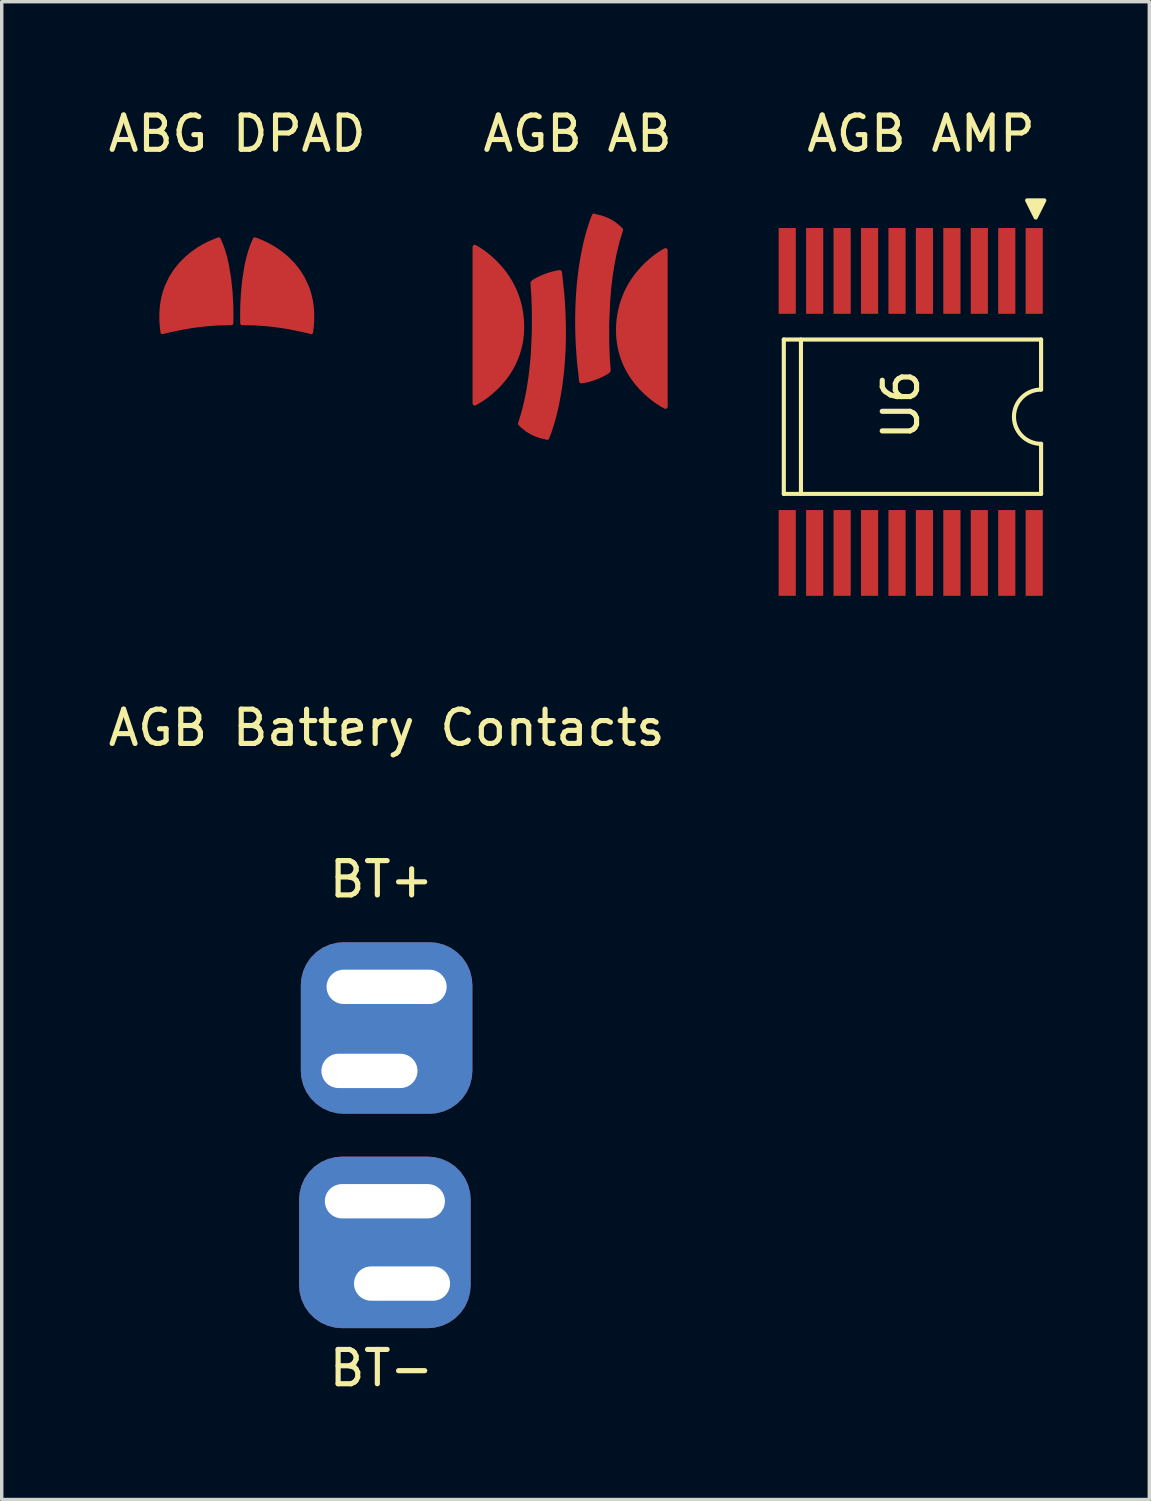
<source format=kicad_pcb>
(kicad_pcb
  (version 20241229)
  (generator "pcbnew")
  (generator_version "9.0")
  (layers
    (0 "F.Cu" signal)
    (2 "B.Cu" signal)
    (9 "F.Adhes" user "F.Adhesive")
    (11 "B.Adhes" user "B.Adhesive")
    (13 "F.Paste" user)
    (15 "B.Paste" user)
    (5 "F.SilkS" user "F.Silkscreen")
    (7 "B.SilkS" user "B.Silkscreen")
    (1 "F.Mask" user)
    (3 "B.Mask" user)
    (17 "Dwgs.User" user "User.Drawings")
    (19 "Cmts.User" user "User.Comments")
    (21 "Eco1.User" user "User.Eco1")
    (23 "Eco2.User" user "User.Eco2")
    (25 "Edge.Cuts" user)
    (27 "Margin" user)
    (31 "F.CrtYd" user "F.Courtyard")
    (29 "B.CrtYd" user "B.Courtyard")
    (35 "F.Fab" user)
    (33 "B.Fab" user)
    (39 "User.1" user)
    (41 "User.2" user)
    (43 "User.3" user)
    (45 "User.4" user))
  (footprint "AGB Battery Contacts"
    (layer "F.Cu")
    (at 8.22 23.668)
    (property "Reference" "AGB Battery Contacts" (at 0 -5.5 0) (unlocked yes) (layer "F.SilkS") (effects (font (size 1 1) (thickness 0.15))))
    (attr smd)
    (fp_text user "BT+" (at -1.75 -0.5 0) (unlocked yes) (layer "F.SilkS") (effects (font (size 1 1) (thickness 0.15)) (justify left bottom)))
    (fp_text user "BT-" (at -1.75 13.75 0) (unlocked yes) (layer "F.SilkS") (effects (font (size 1 1) (thickness 0.15)) (justify left bottom)))
    (pad "1" thru_hole oval (at -0.5 4.5 90) (size 1.5 3.2) (drill oval 1 2.8) (layers "*.Cu" "*.Mask"))
    (pad "1" thru_hole roundrect (at 0 2.05 90) (size 5 5) (drill oval 1 3.5 (offset -1.2 0)) (layers "*.Cu" "*.Mask") (roundrect_rratio 0.25))
    (pad "2" thru_hole roundrect (at -0.05 8.3 90) (size 5 5) (drill oval 1 3.5 (offset -1.2 0)) (layers "*.Cu" "*.Mask") (roundrect_rratio 0.25))
    (pad "2" thru_hole oval (at 0.45 10.7 90) (size 1.5 3.2) (drill oval 1 2.8) (layers "*.Cu" "*.Mask")))
  (footprint "AGB AB"
    (layer "F.Cu")
    (at 13.786 1.348)
    (property "Reference" "AGB AB" (at 0 -0.5 0) (unlocked yes) (layer "F.SilkS") (effects (font (size 1 1) (thickness 0.15))))
    (attr smd)
    (pad "1" smd custom (at -0.918 6) (size 0.5 0.5) (layers "F.Cu" "F.Mask" "F.Paste") (options (anchor circle)) (primitives (gr_poly (pts (xy -0.25 -0.125) (xy -0.24 -0.173) (xy -0.213 -0.213) (xy -0.173 -0.24) (xy -0.125 -0.25) (xy 0.125 -0.25) (xy 0.173 -0.24) (xy 0.213 -0.213) (xy 0.24 -0.173) (xy 0.25 -0.125) (xy 0.25 0.125) (xy 0.24 0.173) (xy 0.213 0.213) (xy 0.173 0.24) (xy 0.125 0.25) (xy -0.125 0.25) (xy -0.173 0.24) (xy -0.213 0.213) (xy -0.24 0.173) (xy -0.25 0.125)) (width 0) (fill yes)) (gr_poly (pts (xy -0.405 -2.161) (xy -0.351 -1.159) (xy -0.361 -0.501) (xy -0.439 0.499) (xy -0.769 1.954) (xy -0.444 2.234) (xy 0.03 2.369) (xy 0.312 1.419) (xy 0.496 0.05) (xy 0.519 -0.851) (xy 0.404 -2.465) (xy -0.025 -2.353)) (width 0.01) (fill yes)) (gr_curve (pts (xy -0.769 1.954) (xy -0.769 1.954) (xy -0.506 2.288) (xy 0.03 2.369)) (width 0.1)) (gr_curve (pts (xy -0.405 -2.161) (xy -0.405 -2.161) (xy -0.173 0.225) (xy -0.769 1.954)) (width 0.1)) (gr_poly (pts (xy 0.03 2.369) (xy 0.079 2.246) (xy 0.121 2.129) (xy 0.171 1.973) (xy 0.226 1.78) (xy 0.255 1.669) (xy 0.284 1.548) (xy 0.312 1.419) (xy 0.341 1.28) (xy 0.368 1.131) (xy 0.395 0.974) (xy 0.42 0.807) (xy 0.442 0.631) (xy 0.463 0.447) (xy 0.481 0.253) (xy 0.496 0.05) (xy 0.508 -0.162) (xy 0.516 -0.383) (xy 0.52 -0.612) (xy 0.519 -0.851) (xy 0.514 -1.098) (xy 0.504 -1.354) (xy 0.488 -1.619) (xy 0.466 -1.892) (xy 0.404 -2.465) (xy 0.466 -1.892) (xy 0.488 -1.619) (xy 0.504 -1.354) (xy 0.514 -1.098) (xy 0.519 -0.851) (xy 0.52 -0.612) (xy 0.516 -0.383) (xy 0.508 -0.162) (xy 0.496 0.05) (xy 0.481 0.253) (xy 0.463 0.447) (xy 0.442 0.631) (xy 0.42 0.807) (xy 0.395 0.974) (xy 0.368 1.131) (xy 0.341 1.28) (xy 0.312 1.419) (xy 0.284 1.548) (xy 0.255 1.669) (xy 0.226 1.78) (xy 0.171 1.973) (xy 0.121 2.129) (xy 0.079 2.246)) (width 0.12) (fill no)) (gr_poly (pts (xy 0.404 -2.465) (xy 0.304 -2.449) (xy 0.189 -2.423) (xy 0.074 -2.388) (xy -0.025 -2.353) (xy -0.132 -2.308) (xy -0.246 -2.253) (xy -0.365 -2.186) (xy -0.246 -2.253) (xy -0.132 -2.308) (xy -0.025 -2.353) (xy 0.074 -2.388) (xy 0.189 -2.423) (xy 0.304 -2.449)) (width 0.12) (fill no))))
    (pad "1" smd custom (at 2 5.796) (size 1 1) (layers "F.Cu" "F.Mask" "F.Paste") (options (anchor circle)) (primitives (gr_poly (pts (xy -0.5 -0.25) (xy -0.481 -0.346) (xy -0.427 -0.427) (xy -0.346 -0.481) (xy -0.25 -0.5) (xy 0.25 -0.5) (xy 0.346 -0.481) (xy 0.427 -0.427) (xy 0.481 -0.346) (xy 0.5 -0.25) (xy 0.5 0.25) (xy 0.481 0.346) (xy 0.427 0.427) (xy 0.346 0.481) (xy 0.25 0.5) (xy -0.25 0.5) (xy -0.346 0.481) (xy -0.427 0.427) (xy -0.481 0.346) (xy -0.5 0.25)) (width 0) (fill yes)) (gr_poly (pts (xy 0.567 1.666) (xy 0.567 -2.904) (xy 0.533 -2.886) (xy 0.442 -2.831) (xy 0.355 -2.773) (xy 0.252 -2.698) (xy 0.137 -2.605) (xy 0.013 -2.494) (xy -0.114 -2.364) (xy -0.242 -2.216) (xy -0.305 -2.135) (xy -0.367 -2.048) (xy -0.426 -1.957) (xy -0.484 -1.861) (xy -0.538 -1.76) (xy -0.589 -1.654) (xy -0.636 -1.543) (xy -0.679 -1.427) (xy -0.717 -1.305) (xy -0.75 -1.179) (xy -0.777 -1.047) (xy -0.798 -0.909) (xy -0.812 -0.767) (xy -0.818 -0.619) (xy -0.817 -0.471) (xy -0.808 -0.328) (xy -0.791 -0.191) (xy -0.768 -0.059) (xy -0.738 0.068) (xy -0.702 0.189) (xy -0.661 0.305) (xy -0.615 0.417) (xy -0.565 0.523) (xy -0.511 0.624) (xy -0.453 0.72) (xy -0.393 0.811) (xy -0.331 0.897) (xy -0.268 0.978) (xy -0.137 1.127) (xy -0.006 1.256) (xy 0.121 1.367) (xy 0.239 1.46) (xy 0.346 1.535) (xy 0.474 1.616)) (width 0.12) (fill yes))))
    (pad "2" smd custom (at -2.406 5.226) (size 1 1) (layers "F.Cu" "F.Mask" "F.Paste") (options (anchor circle)) (primitives (gr_poly (pts (xy -0.5 -0.25) (xy -0.481 -0.346) (xy -0.427 -0.427) (xy -0.346 -0.481) (xy -0.25 -0.5) (xy 0.25 -0.5) (xy 0.346 -0.481) (xy 0.427 -0.427) (xy 0.481 -0.346) (xy 0.5 -0.25) (xy 0.5 0.25) (xy 0.481 0.346) (xy 0.427 0.427) (xy 0.346 0.481) (xy 0.25 0.5) (xy -0.25 0.5) (xy -0.346 0.481) (xy -0.427 0.427) (xy -0.481 0.346) (xy -0.5 0.25)) (width 0) (fill yes)) (gr_poly (pts (xy -0.594 2.14) (xy -0.594 -2.43) (xy -0.561 -2.412) (xy -0.469 -2.357) (xy -0.382 -2.299) (xy -0.279 -2.224) (xy -0.164 -2.131) (xy -0.041 -2.02) (xy 0.087 -1.89) (xy 0.215 -1.742) (xy 0.278 -1.661) (xy 0.339 -1.574) (xy 0.399 -1.483) (xy 0.456 -1.387) (xy 0.511 -1.286) (xy 0.562 -1.18) (xy 0.609 -1.069) (xy 0.652 -0.953) (xy 0.69 -0.831) (xy 0.723 -0.705) (xy 0.75 -0.573) (xy 0.77 -0.435) (xy 0.784 -0.293) (xy 0.791 -0.145) (xy 0.79 0.003) (xy 0.78 0.146) (xy 0.764 0.283) (xy 0.74 0.415) (xy 0.71 0.542) (xy 0.674 0.663) (xy 0.633 0.779) (xy 0.587 0.89) (xy 0.537 0.997) (xy 0.483 1.098) (xy 0.426 1.194) (xy 0.366 1.285) (xy 0.304 1.371) (xy 0.24 1.452) (xy 0.11 1.601) (xy -0.021 1.73) (xy -0.148 1.841) (xy -0.267 1.934) (xy -0.374 2.009) (xy -0.502 2.09)) (width 0.12) (fill yes))))
    (pad "2" smd custom (at 0.463 4.479) (size 0.5 0.5) (layers "F.Cu" "F.Mask" "F.Paste") (options (anchor circle)) (primitives (gr_poly (pts (xy -0.25 -0.125) (xy -0.24 -0.173) (xy -0.213 -0.213) (xy -0.173 -0.24) (xy -0.125 -0.25) (xy 0.125 -0.25) (xy 0.173 -0.24) (xy 0.213 -0.213) (xy 0.24 -0.173) (xy 0.25 -0.125) (xy 0.25 0.125) (xy 0.24 0.173) (xy 0.213 0.213) (xy 0.173 0.24) (xy 0.125 0.25) (xy -0.125 0.25) (xy -0.173 0.24) (xy -0.213 0.213) (xy -0.24 0.173) (xy -0.25 0.125)) (width 0) (fill yes)) (gr_poly (pts (xy 0.453 1.936) (xy 0.398 0.934) (xy 0.409 0.276) (xy 0.486 -0.723) (xy 0.817 -2.179) (xy 0.492 -2.459) (xy 0.018 -2.594) (xy -0.265 -1.643) (xy -0.449 -0.275) (xy -0.472 0.626) (xy -0.356 2.24) (xy 0.072 2.128)) (width 0.01) (fill yes)) (gr_poly (pts (xy -0.356 2.24) (xy -0.256 2.224) (xy -0.142 2.198) (xy -0.026 2.163) (xy 0.072 2.128) (xy 0.179 2.083) (xy 0.293 2.028) (xy 0.412 1.961) (xy 0.293 2.028) (xy 0.179 2.083) (xy 0.072 2.128) (xy -0.026 2.163) (xy -0.142 2.198) (xy -0.256 2.224)) (width 0.12) (fill no)) (gr_poly (pts (xy 0.018 -2.594) (xy -0.032 -2.471) (xy -0.073 -2.354) (xy -0.123 -2.198) (xy -0.178 -2.004) (xy -0.207 -1.893) (xy -0.236 -1.773) (xy -0.265 -1.643) (xy -0.293 -1.504) (xy -0.321 -1.356) (xy -0.347 -1.199) (xy -0.372 -1.032) (xy -0.395 -0.856) (xy -0.416 -0.671) (xy -0.434 -0.478) (xy -0.449 -0.275) (xy -0.46 -0.063) (xy -0.468 0.158) (xy -0.472 0.388) (xy -0.472 0.626) (xy -0.467 0.873) (xy -0.456 1.129) (xy -0.44 1.394) (xy -0.419 1.667) (xy -0.356 2.24) (xy -0.419 1.667) (xy -0.44 1.394) (xy -0.456 1.129) (xy -0.467 0.873) (xy -0.472 0.626) (xy -0.472 0.388) (xy -0.468 0.158) (xy -0.46 -0.063) (xy -0.449 -0.275) (xy -0.434 -0.478) (xy -0.416 -0.671) (xy -0.395 -0.856) (xy -0.372 -1.032) (xy -0.347 -1.199) (xy -0.321 -1.356) (xy -0.293 -1.504) (xy -0.265 -1.643) (xy -0.236 -1.773) (xy -0.207 -1.893) (xy -0.178 -2.004) (xy -0.123 -2.198) (xy -0.073 -2.354) (xy -0.032 -2.471)) (width 0.12) (fill no)) (gr_curve (pts (xy 0.453 1.936) (xy 0.453 1.936) (xy 0.22 -0.45) (xy 0.817 -2.179)) (width 0.1)) (gr_curve (pts (xy 0.817 -2.179) (xy 0.817 -2.179) (xy 0.554 -2.513) (xy 0.018 -2.594)) (width 0.1)))))
  (footprint "ABG DPAD"
    (layer "F.Cu")
    (at 3.863 1.348)
    (property "Reference" "ABG DPAD" (at 0 -0.5 0) (unlocked yes) (layer "F.SilkS") (effects (font (size 1 1) (thickness 0.15))))
    (attr smd)
    (pad "1" smd custom (at -1 4) (size 0.5 0.5) (layers "F.Cu" "F.Mask" "F.Paste") (options (anchor circle)) (primitives (gr_poly (pts (xy -0.25 -0.125) (xy -0.24 -0.173) (xy -0.213 -0.213) (xy -0.173 -0.24) (xy -0.125 -0.25) (xy 0.125 -0.25) (xy 0.173 -0.24) (xy 0.213 -0.213) (xy 0.24 -0.173) (xy 0.25 -0.125) (xy 0.25 0.125) (xy 0.24 0.173) (xy 0.213 0.213) (xy 0.173 0.24) (xy 0.125 0.25) (xy -0.125 0.25) (xy -0.173 0.24) (xy -0.213 0.213) (xy -0.24 0.173) (xy -0.25 0.125)) (width 0) (fill yes)) (gr_poly (pts (xy 0.453 -1.39) (xy 0.119 -1.246) (xy -0.14 -1.091) (xy -0.394 -0.904) (xy -0.736 -0.526) (xy -0.989 -0.122) (xy -1.145 0.556) (xy -1.186 1.126) (xy -1.147 1.24) (xy -0.373 1.069) (xy 0.795 0.948) (xy 0.762 0.488) (xy 0.653 -0.739)) (width 0.12) (fill yes)) (gr_curve (pts (xy 0.468 -1.43) (xy 0.468 -1.43) (xy -1.507 -0.863) (xy -1.184 1.294)) (width 0.1)) (gr_curve (pts (xy 0.839 1.031) (xy 0.839 1.031) (xy 0.906 -0.54) (xy 0.468 -1.43)) (width 0.1)) (gr_curve (pts (xy -1.184 1.294) (xy -1.184 1.294) (xy -0.22 1.017) (xy 0.839 1.031)) (width 0.1))))
    (pad "2" smd custom (at 1 4) (size 0.5 0.5) (layers "F.Cu" "F.Mask" "F.Paste") (options (anchor circle)) (primitives (gr_poly (pts (xy -0.25 -0.125) (xy -0.24 -0.173) (xy -0.213 -0.213) (xy -0.173 -0.24) (xy -0.125 -0.25) (xy 0.125 -0.25) (xy 0.173 -0.24) (xy 0.213 -0.213) (xy 0.24 -0.173) (xy 0.25 -0.125) (xy 0.25 0.125) (xy 0.24 0.173) (xy 0.213 0.213) (xy 0.173 0.24) (xy 0.125 0.25) (xy -0.125 0.25) (xy -0.173 0.24) (xy -0.213 0.213) (xy -0.24 0.173) (xy -0.25 0.125)) (width 0) (fill yes)) (gr_poly (pts (xy -0.489 -1.43) (xy -0.624 -1.059) (xy -0.731 -0.637) (xy -0.811 -0.088) (xy -0.842 0.503) (xy -0.835 0.845) (xy -0.86 1.031) (xy -0.317 1.035) (xy -0.034 1.069) (xy 0.736 1.159) (xy 1.085 1.245) (xy 1.163 1.294) (xy 1.157 0.935) (xy 1.168 0.565) (xy 1.126 0.282) (xy 1.009 -0.119) (xy 0.76 -0.54) (xy 0.329 -0.975) (xy -0.006 -1.203) (xy -0.338 -1.376)) (width 0.01) (fill yes)) (gr_curve (pts (xy 1.163 1.294) (xy 1.163 1.294) (xy 0.199 1.017) (xy -0.86 1.031)) (width 0.1)) (gr_curve (pts (xy -0.86 1.031) (xy -0.86 1.031) (xy -0.927 -0.54) (xy -0.489 -1.43)) (width 0.1)) (gr_curve (pts (xy -0.489 -1.43) (xy -0.489 -1.43) (xy 1.486 -0.863) (xy 1.163 1.294)) (width 0.1)))))
  (footprint "AGB AMP"
    (layer "F.Cu")
    (at 23.799 4.848)
    (property "Reference" "AGB AMP" (at 0 -4 0) (unlocked yes) (layer "F.SilkS") (effects (font (size 1 1) (thickness 0.15))))
    (attr smd)
    (fp_line (start -4 2) (end 3.5 2) (stroke (width 0.12) (type solid)) (layer "F.SilkS"))
    (fp_line (start -4 6.5) (end -4 2) (stroke (width 0.12) (type solid)) (layer "F.SilkS"))
    (fp_line (start -3.5 2) (end -3.5 6.5) (stroke (width 0.12) (type default)) (layer "F.SilkS"))
    (fp_line (start 3.5 2) (end 3.5 3.459) (stroke (width 0.12) (type solid)) (layer "F.SilkS"))
    (fp_line (start 3.5 6.5) (end -4 6.5) (stroke (width 0.12) (type solid)) (layer "F.SilkS"))
    (fp_line (start 3.5 6.5) (end 3.5 5.041) (stroke (width 0.12) (type solid)) (layer "F.SilkS"))
    (fp_arc (start 3.5 5.040569) (mid 2.709431 4.25) (end 3.5 3.459431) (stroke (width 0.12) (type solid)) (layer "F.SilkS"))
    (fp_poly (pts (xy 3.344 -1.557) (xy 3.594 -2.057) (xy 3.094 -2.057)) (stroke (width 0.12) (type solid)) (fill yes) (layer "F.SilkS"))
    (fp_text user "U6" (at 0 5 90) (unlocked yes) (layer "F.SilkS") (effects (font (size 1 1) (thickness 0.15)) (justify left bottom)))
    (pad "1" smd rect (at -3.9 0 270) (size 2.5 0.5) (layers "F.Cu" "F.Mask" "F.Paste"))
    (pad "1" smd rect (at -3.9 8.221 270) (size 2.5 0.5) (layers "F.Cu" "F.Mask" "F.Paste"))
    (pad "1" smd rect (at 3.3 0 270) (size 2.5 0.5) (layers "F.Cu" "F.Mask" "F.Paste"))
    (pad "2" smd rect (at 2.5 0 270) (size 2.5 0.5) (layers "F.Cu" "F.Mask" "F.Paste"))
    (pad "3" smd rect (at 1.7 0 270) (size 2.5 0.5) (layers "F.Cu" "F.Mask" "F.Paste"))
    (pad "4" smd rect (at 0.9 0 270) (size 2.5 0.5) (layers "F.Cu" "F.Mask" "F.Paste"))
    (pad "5" smd rect (at 0.1 0 270) (size 2.5 0.5) (layers "F.Cu" "F.Mask" "F.Paste"))
    (pad "6" smd rect (at -0.7 0 270) (size 2.5 0.5) (layers "F.Cu" "F.Mask" "F.Paste"))
    (pad "7" smd rect (at -1.5 0 270) (size 2.5 0.5) (layers "F.Cu" "F.Mask" "F.Paste"))
    (pad "8" smd rect (at -2.3 0 270) (size 2.5 0.5) (layers "F.Cu" "F.Mask" "F.Paste"))
    (pad "9" smd rect (at -3.1 0 270) (size 2.5 0.5) (layers "F.Cu" "F.Mask" "F.Paste"))
    (pad "10" smd rect (at -3.1 8.221 270) (size 2.5 0.5) (layers "F.Cu" "F.Mask" "F.Paste"))
    (pad "11" smd rect (at -2.3 8.221 270) (size 2.5 0.5) (layers "F.Cu" "F.Mask" "F.Paste"))
    (pad "12" smd rect (at -1.5 8.221 270) (size 2.5 0.5) (layers "F.Cu" "F.Mask" "F.Paste"))
    (pad "13" smd rect (at -0.7 8.221 270) (size 2.5 0.5) (layers "F.Cu" "F.Mask" "F.Paste"))
    (pad "14" smd rect (at 0.1 8.221 270) (size 2.5 0.5) (layers "F.Cu" "F.Mask" "F.Paste"))
    (pad "15" smd rect (at 0.9 8.221 270) (size 2.5 0.5) (layers "F.Cu" "F.Mask" "F.Paste"))
    (pad "16" smd rect (at 1.7 8.221 270) (size 2.5 0.5) (layers "F.Cu" "F.Mask" "F.Paste"))
    (pad "17" smd rect (at 2.5 8.221 270) (size 2.5 0.5) (layers "F.Cu" "F.Mask" "F.Paste"))
    (pad "18" smd rect (at 3.3 8.221 270) (size 2.5 0.5) (layers "F.Cu" "F.Mask" "F.Paste")))
  (gr_rect
    (start -3 -3)
    (end 30.454 40.664)
    (stroke (width 0.1) (type default))
    (fill no)
    (layer "Edge.Cuts")))
</source>
